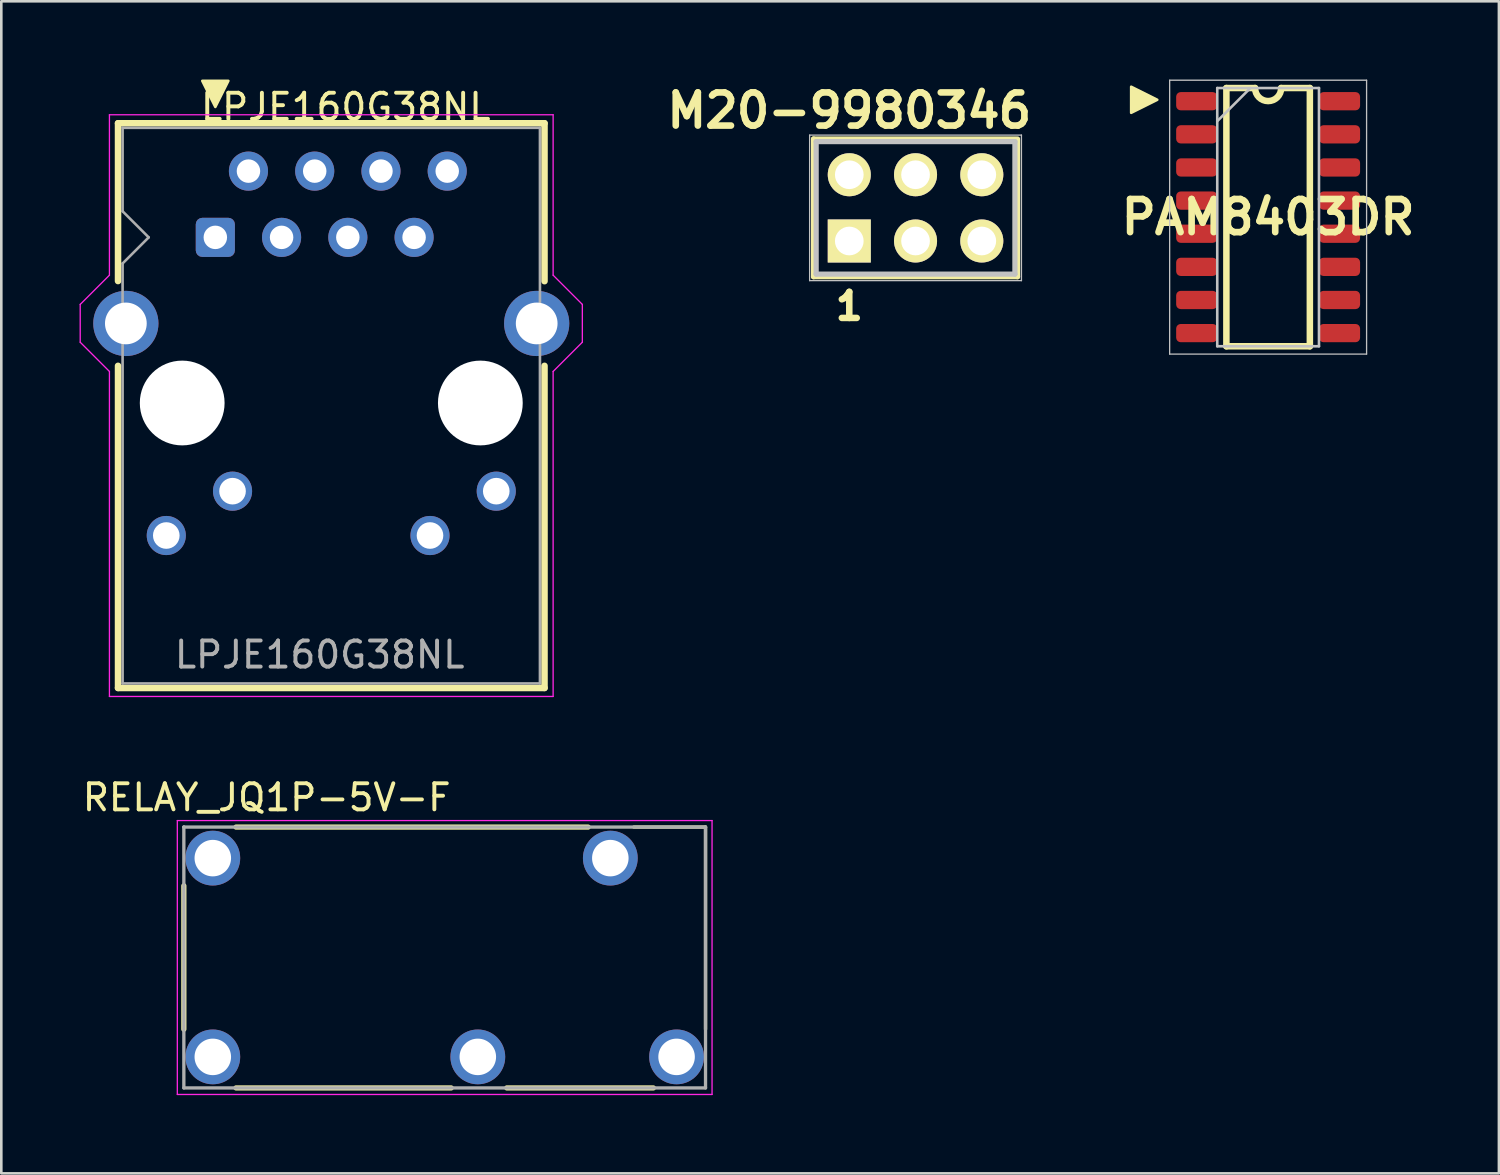
<source format=kicad_pcb>
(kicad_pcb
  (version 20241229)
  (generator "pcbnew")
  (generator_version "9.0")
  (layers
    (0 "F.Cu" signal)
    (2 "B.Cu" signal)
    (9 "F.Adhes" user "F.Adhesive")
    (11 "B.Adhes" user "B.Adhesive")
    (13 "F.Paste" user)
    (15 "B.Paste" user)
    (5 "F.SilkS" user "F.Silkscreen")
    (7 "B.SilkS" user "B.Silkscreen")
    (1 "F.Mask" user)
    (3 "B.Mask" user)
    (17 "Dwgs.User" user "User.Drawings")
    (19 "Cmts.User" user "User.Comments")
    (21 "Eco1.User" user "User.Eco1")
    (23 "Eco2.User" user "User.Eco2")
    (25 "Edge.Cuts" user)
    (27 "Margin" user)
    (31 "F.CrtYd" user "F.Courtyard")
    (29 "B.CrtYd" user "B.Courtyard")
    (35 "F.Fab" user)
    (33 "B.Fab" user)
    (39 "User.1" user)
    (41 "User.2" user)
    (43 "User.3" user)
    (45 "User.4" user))
  (footprint "PAM8403DR"
    (layer "F.Cu")
    (at 45.566 5.275)
    (property "Reference" "PAM8403DR" (at 0 0 0) (layer "F.SilkS") (effects (font (size 1.27 1.27) (thickness 0.254))))
    (attr smd)
    (fp_line (start -1.6 -4.95) (end -0.5 -4.95) (stroke (width 0.25) (type solid)) (layer "F.SilkS"))
    (fp_line (start -1.6 4.95) (end -1.6 -4.95) (stroke (width 0.25) (type solid)) (layer "F.SilkS"))
    (fp_line (start 0.5 -4.95) (end 1.6 -4.95) (stroke (width 0.25) (type solid)) (layer "F.SilkS"))
    (fp_line (start 1.6 -4.95) (end 1.6 4.95) (stroke (width 0.25) (type solid)) (layer "F.SilkS"))
    (fp_line (start 1.6 4.95) (end -1.6 4.95) (stroke (width 0.25) (type solid)) (layer "F.SilkS"))
    (fp_arc (start 0.5 -4.95) (mid 0 -4.45) (end -0.5 -4.95) (stroke (width 0.25) (type solid)) (layer "F.SilkS"))
    (fp_poly (pts (xy -4.25 -4.5) (xy -5.25 -5) (xy -5.25 -4)) (stroke (width 0.1) (type solid)) (fill yes) (layer "F.SilkS"))
    (fp_line (start -3.775 -5.25) (end 3.775 -5.25) (stroke (width 0.05) (type solid)) (layer "Dwgs.User"))
    (fp_line (start -3.775 5.25) (end -3.775 -5.25) (stroke (width 0.05) (type solid)) (layer "Dwgs.User"))
    (fp_line (start -1.95 -4.95) (end 1.95 -4.95) (stroke (width 0.1) (type solid)) (layer "Dwgs.User"))
    (fp_line (start -1.95 -3.68) (end -0.68 -4.95) (stroke (width 0.1) (type solid)) (layer "Dwgs.User"))
    (fp_line (start -1.95 4.95) (end -1.95 -4.95) (stroke (width 0.1) (type solid)) (layer "Dwgs.User"))
    (fp_line (start 1.95 -4.95) (end 1.95 4.95) (stroke (width 0.1) (type solid)) (layer "Dwgs.User"))
    (fp_line (start 1.95 4.95) (end -1.95 4.95) (stroke (width 0.1) (type solid)) (layer "Dwgs.User"))
    (fp_line (start 3.775 -5.25) (end 3.775 5.25) (stroke (width 0.05) (type solid)) (layer "Dwgs.User"))
    (fp_line (start 3.775 5.25) (end -3.775 5.25) (stroke (width 0.05) (type solid)) (layer "Dwgs.User"))
    (pad "1" smd roundrect (at -2.738 -4.445 90) (size 0.7 1.575) (layers "F.Cu" "F.Mask" "F.Paste") (roundrect_rratio 0.25))
    (pad "2" smd roundrect (at -2.738 -3.175 90) (size 0.7 1.575) (layers "F.Cu" "F.Mask" "F.Paste") (roundrect_rratio 0.25))
    (pad "3" smd roundrect (at -2.738 -1.905 90) (size 0.7 1.575) (layers "F.Cu" "F.Mask" "F.Paste") (roundrect_rratio 0.25))
    (pad "4" smd roundrect (at -2.738 -0.635 90) (size 0.7 1.575) (layers "F.Cu" "F.Mask" "F.Paste") (roundrect_rratio 0.25))
    (pad "5" smd roundrect (at -2.738 0.635 90) (size 0.7 1.575) (layers "F.Cu" "F.Mask" "F.Paste") (roundrect_rratio 0.25))
    (pad "6" smd roundrect (at -2.738 1.905 90) (size 0.7 1.575) (layers "F.Cu" "F.Mask" "F.Paste") (roundrect_rratio 0.25))
    (pad "7" smd roundrect (at -2.738 3.175 90) (size 0.7 1.575) (layers "F.Cu" "F.Mask" "F.Paste") (roundrect_rratio 0.25))
    (pad "8" smd roundrect (at -2.738 4.445 90) (size 0.7 1.575) (layers "F.Cu" "F.Mask" "F.Paste") (roundrect_rratio 0.25))
    (pad "9" smd roundrect (at 2.738 4.445 90) (size 0.7 1.575) (layers "F.Cu" "F.Mask" "F.Paste") (roundrect_rratio 0.25))
    (pad "10" smd roundrect (at 2.738 3.175 90) (size 0.7 1.575) (layers "F.Cu" "F.Mask" "F.Paste") (roundrect_rratio 0.25))
    (pad "11" smd roundrect (at 2.738 1.905 90) (size 0.7 1.575) (layers "F.Cu" "F.Mask" "F.Paste") (roundrect_rratio 0.25))
    (pad "12" smd roundrect (at 2.738 0.635 90) (size 0.7 1.575) (layers "F.Cu" "F.Mask" "F.Paste") (roundrect_rratio 0.25))
    (pad "13" smd roundrect (at 2.738 -0.635 90) (size 0.7 1.575) (layers "F.Cu" "F.Mask" "F.Paste") (roundrect_rratio 0.25))
    (pad "14" smd roundrect (at 2.738 -1.905 90) (size 0.7 1.575) (layers "F.Cu" "F.Mask" "F.Paste") (roundrect_rratio 0.25))
    (pad "15" smd roundrect (at 2.738 -3.175 90) (size 0.7 1.575) (layers "F.Cu" "F.Mask" "F.Paste") (roundrect_rratio 0.25))
    (pad "16" smd roundrect (at 2.738 -4.445 90) (size 0.7 1.575) (layers "F.Cu" "F.Mask" "F.Paste") (roundrect_rratio 0.25)))
  (footprint "LPJE160G38NL"
    (layer "F.Cu")
    (at 5.205 6.05)
    (property "Reference" "LPJE160G38NL" (at 5 -5 0) (layer "F.SilkS") (effects (font (size 1 1) (thickness 0.15))))
    (attr through_hole)
    (fp_line (start -3.73 -4.375) (end -3.73 1.675) (stroke (width 0.25) (type solid)) (layer "F.SilkS"))
    (fp_line (start -3.73 -4.375) (end 12.62 -4.375) (stroke (width 0.25) (type solid)) (layer "F.SilkS"))
    (fp_line (start -3.73 4.925) (end -3.73 17.275) (stroke (width 0.25) (type solid)) (layer "F.SilkS"))
    (fp_line (start 12.62 -4.375) (end 12.62 1.68) (stroke (width 0.25) (type solid)) (layer "F.SilkS"))
    (fp_line (start 12.62 4.925) (end 12.62 17.275) (stroke (width 0.25) (type solid)) (layer "F.SilkS"))
    (fp_line (start 12.62 17.275) (end -3.73 17.275) (stroke (width 0.25) (type solid)) (layer "F.SilkS"))
    (fp_poly (pts (xy 0 -5) (xy -0.5 -6) (xy 0.5 -6)) (stroke (width 0.1) (type solid)) (fill yes) (layer "F.SilkS"))
    (fp_line (start -5.18 4.02) (end -5.18 2.57) (stroke (width 0.05) (type solid)) (layer "F.CrtYd"))
    (fp_line (start -5.18 4.02) (end -4.06 5.14) (stroke (width 0.05) (type solid)) (layer "F.CrtYd"))
    (fp_line (start -4.06 -4.7) (end 12.95 -4.7) (stroke (width 0.05) (type solid)) (layer "F.CrtYd"))
    (fp_line (start -4.06 1.45) (end -5.18 2.57) (stroke (width 0.05) (type solid)) (layer "F.CrtYd"))
    (fp_line (start -4.06 1.45) (end -4.06 -4.7) (stroke (width 0.05) (type solid)) (layer "F.CrtYd"))
    (fp_line (start -4.06 5.14) (end -4.06 17.6) (stroke (width 0.05) (type solid)) (layer "F.CrtYd"))
    (fp_line (start -4.06 17.6) (end 12.95 17.6) (stroke (width 0.05) (type solid)) (layer "F.CrtYd"))
    (fp_line (start 12.95 1.45) (end 12.95 -4.7) (stroke (width 0.05) (type solid)) (layer "F.CrtYd"))
    (fp_line (start 12.95 1.45) (end 14.07 2.57) (stroke (width 0.05) (type solid)) (layer "F.CrtYd"))
    (fp_line (start 12.95 5.14) (end 12.95 17.6) (stroke (width 0.05) (type solid)) (layer "F.CrtYd"))
    (fp_line (start 14.07 4.02) (end 12.95 5.14) (stroke (width 0.05) (type solid)) (layer "F.CrtYd"))
    (fp_line (start 14.07 4.02) (end 14.07 2.57) (stroke (width 0.05) (type solid)) (layer "F.CrtYd"))
    (fp_line (start -3.555 -4.2) (end -3.555 -1) (stroke (width 0.1) (type solid)) (layer "F.Fab"))
    (fp_line (start -3.555 -4.2) (end 12.445 -4.2) (stroke (width 0.1) (type solid)) (layer "F.Fab"))
    (fp_line (start -3.555 1) (end -3.555 17.1) (stroke (width 0.1) (type solid)) (layer "F.Fab"))
    (fp_line (start -3.555 17.1) (end 12.445 17.1) (stroke (width 0.1) (type solid)) (layer "F.Fab"))
    (fp_line (start -2.555 0) (end -3.555 -1) (stroke (width 0.1) (type solid)) (layer "F.Fab"))
    (fp_line (start -2.555 0) (end -3.555 1) (stroke (width 0.1) (type solid)) (layer "F.Fab"))
    (fp_line (start 12.445 -4.2) (end 12.445 17.1) (stroke (width 0.1) (type solid)) (layer "F.Fab"))
    (fp_text user "${REFERENCE}" (at 4 16 0) (layer "F.Fab") (effects (font (size 1 1) (thickness 0.15))))
    (pad "" np_thru_hole circle (at -1.27 6.35) (size 3.25 3.25) (drill 3.25) (layers "*.Cu" "*.Mask"))
    (pad "" np_thru_hole circle (at 10.16 6.35) (size 3.25 3.25) (drill 3.25) (layers "*.Cu" "*.Mask"))
    (pad "1" thru_hole roundrect (at 0 0) (size 1.5 1.5) (drill 0.9) (layers "*.Cu" "*.Mask") (roundrect_rratio 0.167))
    (pad "2" thru_hole circle (at 1.27 -2.54) (size 1.5 1.5) (drill 0.9) (layers "*.Cu" "*.Mask"))
    (pad "3" thru_hole circle (at 2.54 0) (size 1.5 1.5) (drill 0.9) (layers "*.Cu" "*.Mask"))
    (pad "4" thru_hole circle (at 3.81 -2.54) (size 1.5 1.5) (drill 0.9) (layers "*.Cu" "*.Mask"))
    (pad "5" thru_hole circle (at 5.08 0) (size 1.5 1.5) (drill 0.9) (layers "*.Cu" "*.Mask"))
    (pad "6" thru_hole circle (at 6.35 -2.54) (size 1.5 1.5) (drill 0.9) (layers "*.Cu" "*.Mask"))
    (pad "7" thru_hole circle (at 7.62 0) (size 1.5 1.5) (drill 0.9) (layers "*.Cu" "*.Mask"))
    (pad "8" thru_hole circle (at 8.89 -2.54) (size 1.5 1.5) (drill 0.9) (layers "*.Cu" "*.Mask"))
    (pad "9" thru_hole circle (at -1.88 11.43) (size 1.5 1.5) (drill 1.02) (layers "*.Cu" "*.Mask"))
    (pad "10" thru_hole circle (at 0.66 9.73) (size 1.5 1.5) (drill 1.02) (layers "*.Cu" "*.Mask"))
    (pad "11" thru_hole circle (at 8.23 11.43) (size 1.5 1.5) (drill 1.02) (layers "*.Cu" "*.Mask"))
    (pad "12" thru_hole circle (at 10.77 9.73) (size 1.5 1.5) (drill 1.02) (layers "*.Cu" "*.Mask"))
    (pad "13" thru_hole circle (at -3.43 3.3) (size 2.5 2.5) (drill 1.6) (layers "*.Cu" "*.Mask"))
    (pad "13" thru_hole circle (at 12.32 3.3) (size 2.5 2.5) (drill 1.6) (layers "*.Cu" "*.Mask")))
  (footprint "M20-9980346"
    (layer "F.Cu")
    (at 29.509 6.189)
    (property "Reference" "M20-9980346" (at 0 -5 0) (layer "F.SilkS") (effects (font (size 1.27 1.27) (thickness 0.254))))
    (attr through_hole)
    (fp_line (start -1.37 -3.91) (end -1.37 1.37) (stroke (width 0.2) (type solid)) (layer "F.SilkS"))
    (fp_line (start -1.37 1.37) (end 6.45 1.37) (stroke (width 0.2) (type solid)) (layer "F.SilkS"))
    (fp_line (start 6.45 -3.91) (end -1.37 -3.91) (stroke (width 0.2) (type solid)) (layer "F.SilkS"))
    (fp_line (start 6.45 1.37) (end 6.45 -3.87) (stroke (width 0.2) (type solid)) (layer "F.SilkS"))
    (fp_line (start -1.52 -4.06) (end 6.6 -4.06) (stroke (width 0.05) (type solid)) (layer "Dwgs.User"))
    (fp_line (start -1.52 1.52) (end -1.52 -4.06) (stroke (width 0.05) (type solid)) (layer "Dwgs.User"))
    (fp_line (start -1.27 -3.81) (end 6.35 -3.81) (stroke (width 0.2) (type solid)) (layer "Dwgs.User"))
    (fp_line (start -1.27 1.27) (end -1.27 -3.81) (stroke (width 0.2) (type solid)) (layer "Dwgs.User"))
    (fp_line (start 6.35 -3.81) (end 6.35 1.27) (stroke (width 0.2) (type solid)) (layer "Dwgs.User"))
    (fp_line (start 6.35 1.27) (end -1.27 1.27) (stroke (width 0.2) (type solid)) (layer "Dwgs.User"))
    (fp_line (start 6.6 -4.06) (end 6.6 1.52) (stroke (width 0.05) (type solid)) (layer "Dwgs.User"))
    (fp_line (start 6.6 1.52) (end -1.52 1.52) (stroke (width 0.05) (type solid)) (layer "Dwgs.User"))
    (fp_text user "1" (at 0 2.5 0) (layer "F.SilkS") (effects (font (size 1 1) (thickness 0.25))))
    (pad "1" thru_hole rect (at 0 0 90) (size 1.65 1.65) (drill 1.1) (layers "*.Cu" "*.Mask" "F.SilkS"))
    (pad "2" thru_hole circle (at 0 -2.54 90) (size 1.65 1.65) (drill 1.1) (layers "*.Cu" "*.Mask" "F.SilkS"))
    (pad "3" thru_hole circle (at 2.54 0 90) (size 1.65 1.65) (drill 1.1) (layers "*.Cu" "*.Mask" "F.SilkS"))
    (pad "4" thru_hole circle (at 2.54 -2.54 90) (size 1.65 1.65) (drill 1.1) (layers "*.Cu" "*.Mask" "F.SilkS"))
    (pad "5" thru_hole circle (at 5.08 0 90) (size 1.65 1.65) (drill 1.1) (layers "*.Cu" "*.Mask" "F.SilkS"))
    (pad "6" thru_hole circle (at 5.08 -2.54 90) (size 1.65 1.65) (drill 1.1) (layers "*.Cu" "*.Mask" "F.SilkS")))
  (footprint "RELAY_JQ1P-5V-F"
    (layer "F.Cu")
    (at 5.108 37.468)
    (property "Reference" "RELAY_JQ1P-5V-F" (at 2.065 -9.945 0) (layer "F.SilkS") (effects (font (size 1 1) (thickness 0.15))))
    (attr through_hole)
    (fp_line (start -1.11 -6.56) (end -1.11 -1.06) (stroke (width 0.2) (type solid)) (layer "F.SilkS"))
    (fp_line (start 0.89 1.19) (end 9.14 1.19) (stroke (width 0.2) (type solid)) (layer "F.SilkS"))
    (fp_line (start 11.27 1.19) (end 16.89 1.19) (stroke (width 0.2) (type solid)) (layer "F.SilkS"))
    (fp_line (start 14.39 -8.81) (end 0.89 -8.81) (stroke (width 0.2) (type solid)) (layer "F.SilkS"))
    (fp_line (start 18.89 -8.81) (end 16.14 -8.81) (stroke (width 0.127) (type solid)) (layer "F.SilkS"))
    (fp_line (start 18.89 -8.81) (end 18.89 -1.06) (stroke (width 0.127) (type solid)) (layer "F.SilkS"))
    (fp_line (start -1.36 -9.06) (end -1.36 1.44) (stroke (width 0.05) (type solid)) (layer "F.CrtYd"))
    (fp_line (start -1.36 1.44) (end 19.14 1.44) (stroke (width 0.05) (type solid)) (layer "F.CrtYd"))
    (fp_line (start 19.14 -9.06) (end -1.36 -9.06) (stroke (width 0.05) (type solid)) (layer "F.CrtYd"))
    (fp_line (start 19.14 1.44) (end 19.14 -9.06) (stroke (width 0.05) (type solid)) (layer "F.CrtYd"))
    (fp_line (start -1.112 -8.81) (end -1.11 -8.81) (stroke (width 0.127) (type solid)) (layer "F.Fab"))
    (fp_line (start -1.11 -8.81) (end -1.11 1.19) (stroke (width 0.127) (type solid)) (layer "F.Fab"))
    (fp_line (start -1.11 -8.81) (end 18.89 -8.81) (stroke (width 0.127) (type solid)) (layer "F.Fab"))
    (fp_line (start -1.11 1.19) (end 18.89 1.19) (stroke (width 0.127) (type solid)) (layer "F.Fab"))
    (fp_line (start 18.89 -8.81) (end 18.89 1.19) (stroke (width 0.127) (type solid)) (layer "F.Fab"))
    (pad "1" thru_hole circle (at 0 -7.62) (size 2.1 2.1) (drill 1.4) (layers "*.Cu" "*.Mask"))
    (pad "2" thru_hole circle (at 15.24 -7.62) (size 2.1 2.1) (drill 1.4) (layers "*.Cu" "*.Mask"))
    (pad "4" thru_hole circle (at 17.78 0) (size 2.1 2.1) (drill 1.4) (layers "*.Cu" "*.Mask"))
    (pad "6" thru_hole circle (at 10.16 0) (size 2.1 2.1) (drill 1.4) (layers "*.Cu" "*.Mask"))
    (pad "8" thru_hole circle (at 0 0) (size 2.1 2.1) (drill 1.4) (layers "*.Cu" "*.Mask")))
  (gr_rect
    (start -3 -3)
    (end 54.414 41.933)
    (stroke (width 0.1) (type default))
    (fill no)
    (layer "Edge.Cuts")))
</source>
